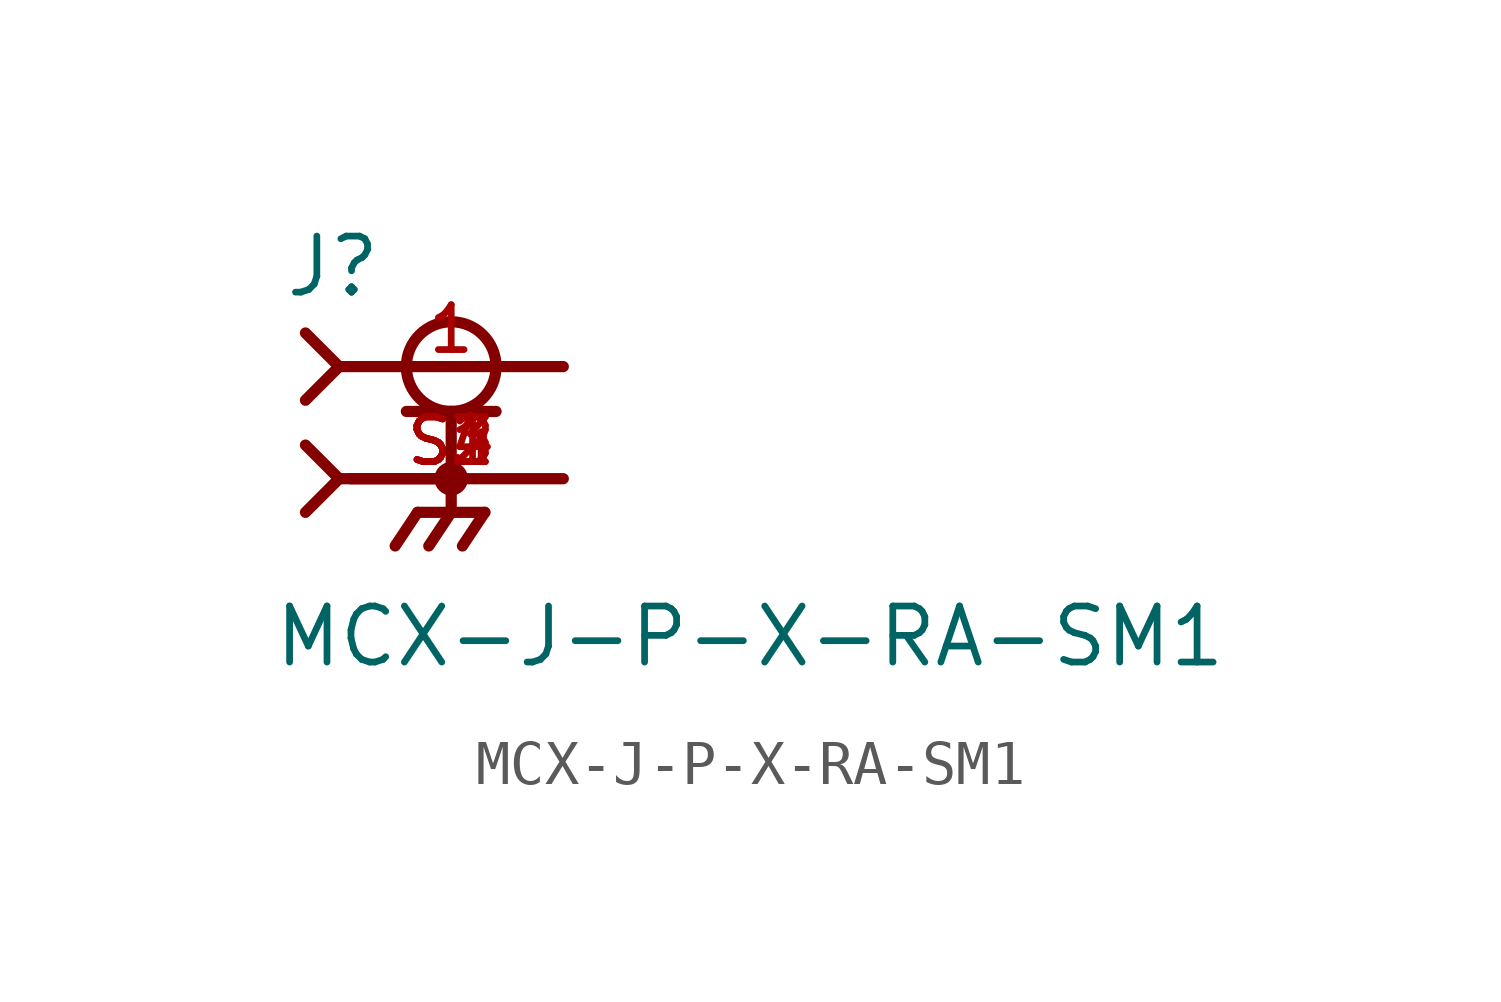
<source format=kicad_sym>
(kicad_symbol_lib
  (version 20211014)
  (generator kicad_symbol_editor)
  (symbol "MCX-J-P-X-RA-SM1"
    (pin_names
      (offset 1.016))
    (property "Reference" "J"
      (at -3.81 4.064 0)
      (effects (font (size 1.27 1.27)) (justify bottom left)))
    (property "Value" "MCX-J-P-X-RA-SM1"
      (at -4.064 -4.318 0)
      (effects (font (size 1.27 1.27)) (justify bottom left)))
    (symbol "MCX-J-P-X-RA-SM1_0_0"
      (circle (center 0.0 2.54) (radius 1.016) (stroke (width 0.254)) (fill (type none)))
      (polyline (pts (xy -1.016 1.524) (xy 0.0 1.524)) (stroke (width 0.254)))
      (polyline (pts (xy 0.0 1.524) (xy 1.016 1.524)) (stroke (width 0.254)))
      (polyline (pts (xy 0.0 0.0) (xy -2.286 0.0)) (stroke (width 0.254)))
      (polyline (pts (xy -3.302 3.302) (xy -2.54 2.54)) (stroke (width 0.254)))
      (polyline (pts (xy -3.302 1.778) (xy -2.54 2.54)) (stroke (width 0.254)))
      (polyline (pts (xy 0.0 1.524) (xy 0.0 0.0)) (stroke (width 0.254)))
      (circle (center 0.0 0.0) (radius 0.254) (stroke (width 0.254)) (fill (type none)))
      (polyline (pts (xy -2.54 2.54) (xy 2.54 2.54)) (stroke (width 0.254)))
      (polyline (pts (xy 2.54 0.0) (xy 0.0 0.0)) (stroke (width 0.254)))
      (polyline (pts (xy 0.0 0.0) (xy 0.0 -0.762)) (stroke (width 0.254)))
      (polyline (pts (xy 0.0 -0.762) (xy -0.762 -0.762)) (stroke (width 0.254)))
      (polyline (pts (xy 0.0 -0.762) (xy 0.762 -0.762)) (stroke (width 0.254)))
      (polyline (pts (xy -0.762 -0.762) (xy -1.27 -1.524)) (stroke (width 0.254)))
      (polyline (pts (xy 0.0 -0.762) (xy -0.508 -1.524)) (stroke (width 0.254)))
      (polyline (pts (xy 0.762 -0.762) (xy 0.254 -1.524)) (stroke (width 0.254)))
      (polyline (pts (xy -3.302 0.762) (xy -2.54 0.0)) (stroke (width 0.254)))
      (polyline (pts (xy -3.302 -0.762) (xy -2.54 0.0)) (stroke (width 0.254)))
      (polyline (pts (xy -2.54 0.0) (xy 0.0 0.0)) (stroke (width 0.254)))
      (pin passive line (at 2.54 2.54 180.0) (length 5.08) (name "~" (effects (font (size 1.016 1.016)))) (number "1" (effects (font (size 1.016 1.016)))))
      (pin passive line (at 2.54 0.0 180.0) (length 5.08) (name "~" (effects (font (size 1.016 1.016)))) (number "S1" (effects (font (size 1.016 1.016)))))
      (pin passive line (at 2.54 0.0 180.0) (length 5.08) (name "~" (effects (font (size 1.016 1.016)))) (number "S2" (effects (font (size 1.016 1.016)))))
      (pin passive line (at 2.54 0.0 180.0) (length 5.08) (name "~" (effects (font (size 1.016 1.016)))) (number "S3" (effects (font (size 1.016 1.016)))))
      (pin passive line (at 2.54 0.0 180.0) (length 5.08) (name "~" (effects (font (size 1.016 1.016)))) (number "S4" (effects (font (size 1.016 1.016))))))))
</source>
